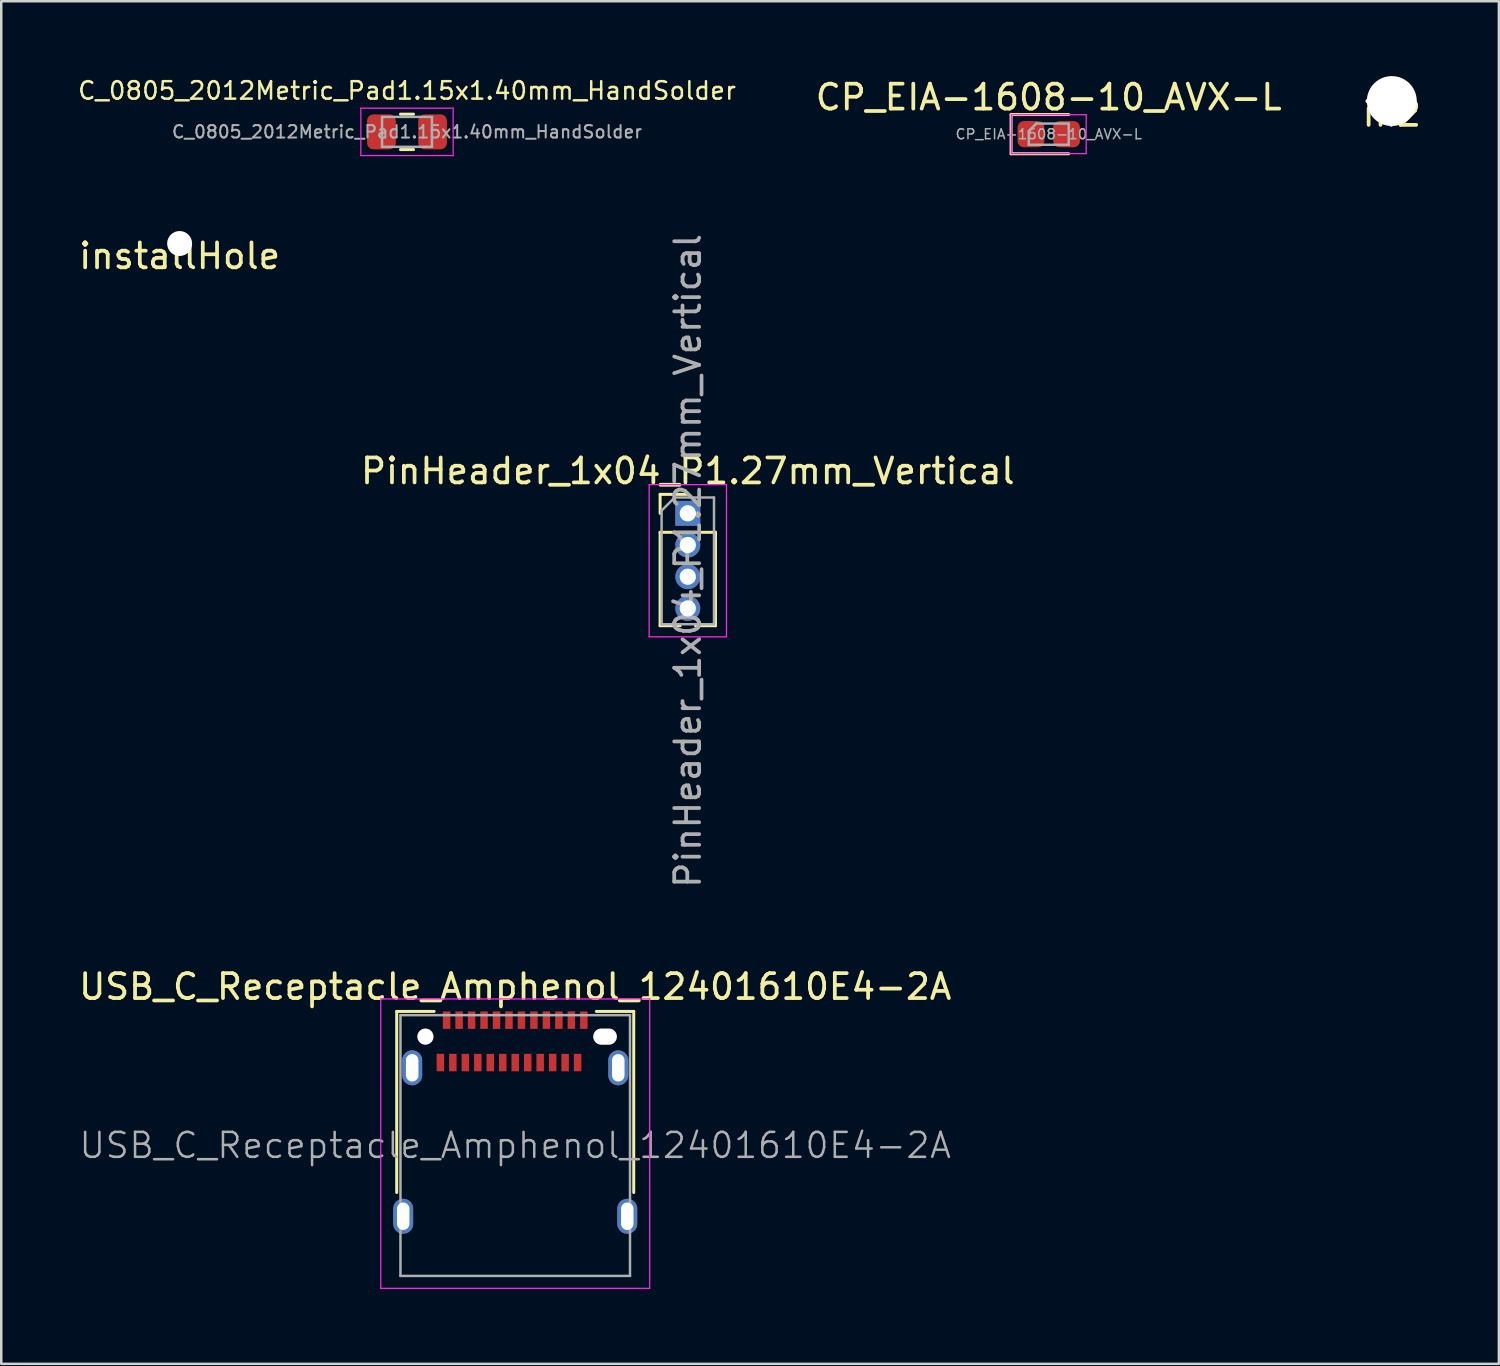
<source format=kicad_pcb>
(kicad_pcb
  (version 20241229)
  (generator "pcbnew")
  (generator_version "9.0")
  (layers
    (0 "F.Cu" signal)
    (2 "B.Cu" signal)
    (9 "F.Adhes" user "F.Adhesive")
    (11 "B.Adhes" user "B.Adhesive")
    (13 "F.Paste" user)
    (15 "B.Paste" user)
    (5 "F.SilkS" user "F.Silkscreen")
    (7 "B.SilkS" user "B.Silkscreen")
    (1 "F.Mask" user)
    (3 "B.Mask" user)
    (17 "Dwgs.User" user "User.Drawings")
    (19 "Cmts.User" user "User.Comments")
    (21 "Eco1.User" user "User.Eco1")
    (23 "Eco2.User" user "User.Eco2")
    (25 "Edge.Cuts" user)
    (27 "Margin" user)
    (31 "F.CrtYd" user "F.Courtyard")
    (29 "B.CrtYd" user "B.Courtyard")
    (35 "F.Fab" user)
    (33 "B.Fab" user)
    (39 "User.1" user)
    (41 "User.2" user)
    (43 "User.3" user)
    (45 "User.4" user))
  (footprint "C_0805_2012Metric_Pad1.15x1.40mm_HandSolder"
    (layer "F.Cu")
    (at 13.263 2.235)
    (property "Reference" "C_0805_2012Metric_Pad1.15x1.40mm_HandSolder" (at 0 -1.65 0) (layer "F.SilkS") (effects (font (size 0.7 0.7) (thickness 0.1))))
    (attr smd)
    (fp_line (start -0.261 -0.71) (end 0.261 -0.71) (stroke (width 0.12) (type solid)) (layer "F.SilkS"))
    (fp_line (start -0.261 0.71) (end 0.261 0.71) (stroke (width 0.12) (type solid)) (layer "F.SilkS"))
    (fp_line (start -1.85 -0.95) (end 1.85 -0.95) (stroke (width 0.05) (type solid)) (layer "F.CrtYd"))
    (fp_line (start -1.85 0.95) (end -1.85 -0.95) (stroke (width 0.05) (type solid)) (layer "F.CrtYd"))
    (fp_line (start 1.85 -0.95) (end 1.85 0.95) (stroke (width 0.05) (type solid)) (layer "F.CrtYd"))
    (fp_line (start 1.85 0.95) (end -1.85 0.95) (stroke (width 0.05) (type solid)) (layer "F.CrtYd"))
    (fp_line (start -1 -0.6) (end 1 -0.6) (stroke (width 0.1) (type solid)) (layer "F.Fab"))
    (fp_line (start -1 0.6) (end -1 -0.6) (stroke (width 0.1) (type solid)) (layer "F.Fab"))
    (fp_line (start 1 -0.6) (end 1 0.6) (stroke (width 0.1) (type solid)) (layer "F.Fab"))
    (fp_line (start 1 0.6) (end -1 0.6) (stroke (width 0.1) (type solid)) (layer "F.Fab"))
    (fp_text user "${REFERENCE}" (at 0 0 0) (layer "F.Fab") (effects (font (size 0.5 0.5) (thickness 0.08))))
    (pad "1" smd roundrect (at -1.025 0) (size 1.15 1.4) (layers "F.Cu" "F.Mask" "F.Paste") (roundrect_rratio 0.217))
    (pad "2" smd roundrect (at 1.025 0) (size 1.15 1.4) (layers "F.Cu" "F.Mask" "F.Paste") (roundrect_rratio 0.217)))
  (footprint "PinHeader_1x04_P1.27mm_Vertical"
    (layer "F.Cu")
    (at 24.518 17.525)
    (property "Reference" "PinHeader_1x04_P1.27mm_Vertical" (at 0 -1.695 0) (layer "F.SilkS") (effects (font (size 1 1) (thickness 0.15))))
    (attr through_hole)
    (fp_line (start -1.11 -0.76) (end 0 -0.76) (stroke (width 0.12) (type solid)) (layer "F.SilkS"))
    (fp_line (start -1.11 0) (end -1.11 -0.76) (stroke (width 0.12) (type solid)) (layer "F.SilkS"))
    (fp_line (start -1.11 0.76) (end -1.11 4.505) (stroke (width 0.12) (type solid)) (layer "F.SilkS"))
    (fp_line (start -1.11 0.76) (end -0.563 0.76) (stroke (width 0.12) (type solid)) (layer "F.SilkS"))
    (fp_line (start -1.11 4.505) (end -0.308 4.505) (stroke (width 0.12) (type solid)) (layer "F.SilkS"))
    (fp_line (start 0.308 4.505) (end 1.11 4.505) (stroke (width 0.12) (type solid)) (layer "F.SilkS"))
    (fp_line (start 0.563 0.76) (end 1.11 0.76) (stroke (width 0.12) (type solid)) (layer "F.SilkS"))
    (fp_line (start 1.11 0.76) (end 1.11 4.505) (stroke (width 0.12) (type solid)) (layer "F.SilkS"))
    (fp_line (start -1.55 -1.15) (end -1.55 4.95) (stroke (width 0.05) (type solid)) (layer "F.CrtYd"))
    (fp_line (start -1.55 4.95) (end 1.55 4.95) (stroke (width 0.05) (type solid)) (layer "F.CrtYd"))
    (fp_line (start 1.55 -1.15) (end -1.55 -1.15) (stroke (width 0.05) (type solid)) (layer "F.CrtYd"))
    (fp_line (start 1.55 4.95) (end 1.55 -1.15) (stroke (width 0.05) (type solid)) (layer "F.CrtYd"))
    (fp_line (start -1.05 -0.11) (end -0.525 -0.635) (stroke (width 0.1) (type solid)) (layer "F.Fab"))
    (fp_line (start -1.05 4.445) (end -1.05 -0.11) (stroke (width 0.1) (type solid)) (layer "F.Fab"))
    (fp_line (start -0.525 -0.635) (end 1.05 -0.635) (stroke (width 0.1) (type solid)) (layer "F.Fab"))
    (fp_line (start 1.05 -0.635) (end 1.05 4.445) (stroke (width 0.1) (type solid)) (layer "F.Fab"))
    (fp_line (start 1.05 4.445) (end -1.05 4.445) (stroke (width 0.1) (type solid)) (layer "F.Fab"))
    (fp_text user "${REFERENCE}" (at 0 1.905 270) (layer "F.Fab") (effects (font (size 1 1) (thickness 0.15))))
    (pad "1" thru_hole rect (at 0 0) (size 1 1) (drill 0.65) (layers "*.Cu" "*.Mask"))
    (pad "2" thru_hole oval (at 0 1.27) (size 1 1) (drill 0.65) (layers "*.Cu" "*.Mask"))
    (pad "3" thru_hole oval (at 0 2.54) (size 1 1) (drill 0.65) (layers "*.Cu" "*.Mask"))
    (pad "4" thru_hole oval (at 0 3.81) (size 1 1) (drill 0.65) (layers "*.Cu" "*.Mask")))
  (footprint "CP_EIA-1608-10_AVX-L"
    (layer "F.Cu")
    (at 38.985 2.328)
    (property "Reference" "CP_EIA-1608-10_AVX-L" (at 0 -1.48 0) (layer "F.SilkS") (effects (font (size 1 1) (thickness 0.15))))
    (attr smd)
    (fp_line (start -1.51 -0.785) (end -1.51 0.785) (stroke (width 0.12) (type solid)) (layer "F.SilkS"))
    (fp_line (start -1.51 0.785) (end 0.8 0.785) (stroke (width 0.12) (type solid)) (layer "F.SilkS"))
    (fp_line (start 0.8 -0.785) (end -1.51 -0.785) (stroke (width 0.12) (type solid)) (layer "F.SilkS"))
    (fp_line (start -1.5 -0.78) (end 1.5 -0.78) (stroke (width 0.05) (type solid)) (layer "F.CrtYd"))
    (fp_line (start -1.5 0.78) (end -1.5 -0.78) (stroke (width 0.05) (type solid)) (layer "F.CrtYd"))
    (fp_line (start 1.5 -0.78) (end 1.5 0.78) (stroke (width 0.05) (type solid)) (layer "F.CrtYd"))
    (fp_line (start 1.5 0.78) (end -1.5 0.78) (stroke (width 0.05) (type solid)) (layer "F.CrtYd"))
    (fp_line (start -0.8 -0.125) (end -0.8 0.425) (stroke (width 0.1) (type solid)) (layer "F.Fab"))
    (fp_line (start -0.8 0.425) (end 0.8 0.425) (stroke (width 0.1) (type solid)) (layer "F.Fab"))
    (fp_line (start -0.5 -0.425) (end -0.8 -0.125) (stroke (width 0.1) (type solid)) (layer "F.Fab"))
    (fp_line (start 0.8 -0.425) (end -0.5 -0.425) (stroke (width 0.1) (type solid)) (layer "F.Fab"))
    (fp_line (start 0.8 0.425) (end 0.8 -0.425) (stroke (width 0.1) (type solid)) (layer "F.Fab"))
    (fp_text user "${REFERENCE}" (at 0 0 0) (layer "F.Fab") (effects (font (size 0.4 0.4) (thickness 0.06))))
    (pad "1" smd roundrect (at -0.713 0) (size 1.075 1.05) (layers "F.Cu" "F.Mask" "F.Paste") (roundrect_rratio 0.238))
    (pad "2" smd roundrect (at 0.713 0) (size 1.075 1.05) (layers "F.Cu" "F.Mask" "F.Paste") (roundrect_rratio 0.238)))
  (footprint "installHole"
    (layer "F.Cu")
    (at 4.149 6.71)
    (property "Reference" "installHole" (at 0 0.5 0) (layer "F.SilkS") (effects (font (size 1 1) (thickness 0.15))))
    (attr through_hole)
    (pad "" np_thru_hole circle (at 0 0) (size 1 1) (drill 1) (layers "*.Cu" "*.Mask")))
  (footprint "USB_C_Receptacle_Amphenol_12401610E4-2A"
    (layer "F.Cu")
    (at 17.601 42.859)
    (property "Reference" "USB_C_Receptacle_Amphenol_12401610E4-2A" (at 0 -6.36 180) (layer "F.SilkS") (effects (font (size 1 1) (thickness 0.15))))
    (attr smd)
    (fp_line (start -4.75 -5.37) (end -4.75 1.89) (stroke (width 0.12) (type solid)) (layer "F.SilkS"))
    (fp_line (start -4.75 -5.37) (end -3.25 -5.37) (stroke (width 0.12) (type solid)) (layer "F.SilkS"))
    (fp_line (start 3.25 -5.37) (end 4.75 -5.37) (stroke (width 0.12) (type solid)) (layer "F.SilkS"))
    (fp_line (start 4.75 -5.37) (end 4.75 1.89) (stroke (width 0.12) (type solid)) (layer "F.SilkS"))
    (fp_line (start -5.39 -5.87) (end 5.39 -5.87) (stroke (width 0.05) (type solid)) (layer "F.CrtYd"))
    (fp_line (start -5.39 5.73) (end -5.39 -5.87) (stroke (width 0.05) (type solid)) (layer "F.CrtYd"))
    (fp_line (start 5.39 -5.87) (end 5.39 5.73) (stroke (width 0.05) (type solid)) (layer "F.CrtYd"))
    (fp_line (start 5.39 5.73) (end -5.39 5.73) (stroke (width 0.05) (type solid)) (layer "F.CrtYd"))
    (fp_line (start -4.6 -5.22) (end 4.6 -5.22) (stroke (width 0.1) (type solid)) (layer "F.Fab"))
    (fp_line (start -4.6 5.23) (end -4.6 -5.22) (stroke (width 0.1) (type solid)) (layer "F.Fab"))
    (fp_line (start -4.6 5.23) (end 4.6 5.23) (stroke (width 0.1) (type solid)) (layer "F.Fab"))
    (fp_line (start 4.6 5.23) (end 4.6 -5.22) (stroke (width 0.1) (type solid)) (layer "F.Fab"))
    (fp_text user "${REFERENCE}" (at 0 0 180) (layer "F.Fab") (effects (font (size 1 1) (thickness 0.1))))
    (pad "" np_thru_hole circle (at -3.6 -4.36) (size 0.65 0.65) (drill 0.65) (layers "*.Cu" "*.Mask"))
    (pad "" np_thru_hole oval (at 3.6 -4.36) (size 0.95 0.65) (drill oval 0.95 0.65) (layers "*.Cu" "*.Mask"))
    (pad "A1" smd rect (at -2.75 -5.02) (size 0.3 0.7) (layers "F.Cu" "F.Mask" "F.Paste"))
    (pad "A2" smd rect (at -2.25 -5.02) (size 0.3 0.7) (layers "F.Cu" "F.Mask" "F.Paste"))
    (pad "A3" smd rect (at -1.75 -5.02) (size 0.3 0.7) (layers "F.Cu" "F.Mask" "F.Paste"))
    (pad "A4" smd rect (at -1.25 -5.02) (size 0.3 0.7) (layers "F.Cu" "F.Mask" "F.Paste"))
    (pad "A5" smd rect (at -0.75 -5.02) (size 0.3 0.7) (layers "F.Cu" "F.Mask" "F.Paste"))
    (pad "A6" smd rect (at -0.25 -5.02) (size 0.3 0.7) (layers "F.Cu" "F.Mask" "F.Paste"))
    (pad "A7" smd rect (at 0.25 -5.02) (size 0.3 0.7) (layers "F.Cu" "F.Mask" "F.Paste"))
    (pad "A8" smd rect (at 0.75 -5.02) (size 0.3 0.7) (layers "F.Cu" "F.Mask" "F.Paste"))
    (pad "A9" smd rect (at 1.25 -5.02) (size 0.3 0.7) (layers "F.Cu" "F.Mask" "F.Paste"))
    (pad "A10" smd rect (at 1.75 -5.02) (size 0.3 0.7) (layers "F.Cu" "F.Mask" "F.Paste"))
    (pad "A11" smd rect (at 2.25 -5.02) (size 0.3 0.7) (layers "F.Cu" "F.Mask" "F.Paste"))
    (pad "A12" smd rect (at 2.75 -5.02) (size 0.3 0.7) (layers "F.Cu" "F.Mask" "F.Paste"))
    (pad "B1" smd rect (at 2.5 -3.32) (size 0.3 0.7) (layers "F.Cu" "F.Mask" "F.Paste"))
    (pad "B2" smd rect (at 2 -3.32) (size 0.3 0.7) (layers "F.Cu" "F.Mask" "F.Paste"))
    (pad "B3" smd rect (at 1.5 -3.32) (size 0.3 0.7) (layers "F.Cu" "F.Mask" "F.Paste"))
    (pad "B4" smd rect (at 1 -3.32) (size 0.3 0.7) (layers "F.Cu" "F.Mask" "F.Paste"))
    (pad "B5" smd rect (at 0.5 -3.32) (size 0.3 0.7) (layers "F.Cu" "F.Mask" "F.Paste"))
    (pad "B6" smd rect (at 0 -3.32) (size 0.3 0.7) (layers "F.Cu" "F.Mask" "F.Paste"))
    (pad "B7" smd rect (at -0.5 -3.32) (size 0.3 0.7) (layers "F.Cu" "F.Mask" "F.Paste"))
    (pad "B8" smd rect (at -1 -3.32) (size 0.3 0.7) (layers "F.Cu" "F.Mask" "F.Paste"))
    (pad "B9" smd rect (at -1.5 -3.32) (size 0.3 0.7) (layers "F.Cu" "F.Mask" "F.Paste"))
    (pad "B10" smd rect (at -2 -3.32) (size 0.3 0.7) (layers "F.Cu" "F.Mask" "F.Paste"))
    (pad "B11" smd rect (at -2.5 -3.32) (size 0.3 0.7) (layers "F.Cu" "F.Mask" "F.Paste"))
    (pad "B12" smd rect (at -3 -3.32) (size 0.3 0.7) (layers "F.Cu" "F.Mask" "F.Paste"))
    (pad "S1" thru_hole oval (at -4.49 2.84) (size 0.8 1.4) (drill oval 0.5 1.1) (layers "*.Cu" "*.Mask"))
    (pad "S1" thru_hole oval (at -4.13 -3.11) (size 0.8 1.4) (drill oval 0.5 1.1) (layers "*.Cu" "*.Mask"))
    (pad "S1" thru_hole oval (at 4.13 -3.11) (size 0.8 1.4) (drill oval 0.5 1.1) (layers "*.Cu" "*.Mask"))
    (pad "S1" thru_hole oval (at 4.49 2.84) (size 0.8 1.4) (drill oval 0.5 1.1) (layers "*.Cu" "*.Mask")))
  (footprint "ih2"
    (layer "F.Cu")
    (at 52.735 1)
    (property "Reference" "ih2" (at 0 0.5 0) (layer "F.SilkS") (effects (font (size 1 1) (thickness 0.15))))
    (attr through_hole)
    (pad "" np_thru_hole circle (at 0 0) (size 2 2) (drill 2) (layers "*.Cu" "*.Mask")))
  (gr_rect
    (start -3 -3)
    (end 57.027 51.614)
    (stroke (width 0.1) (type default))
    (fill no)
    (layer "Edge.Cuts")))
</source>
